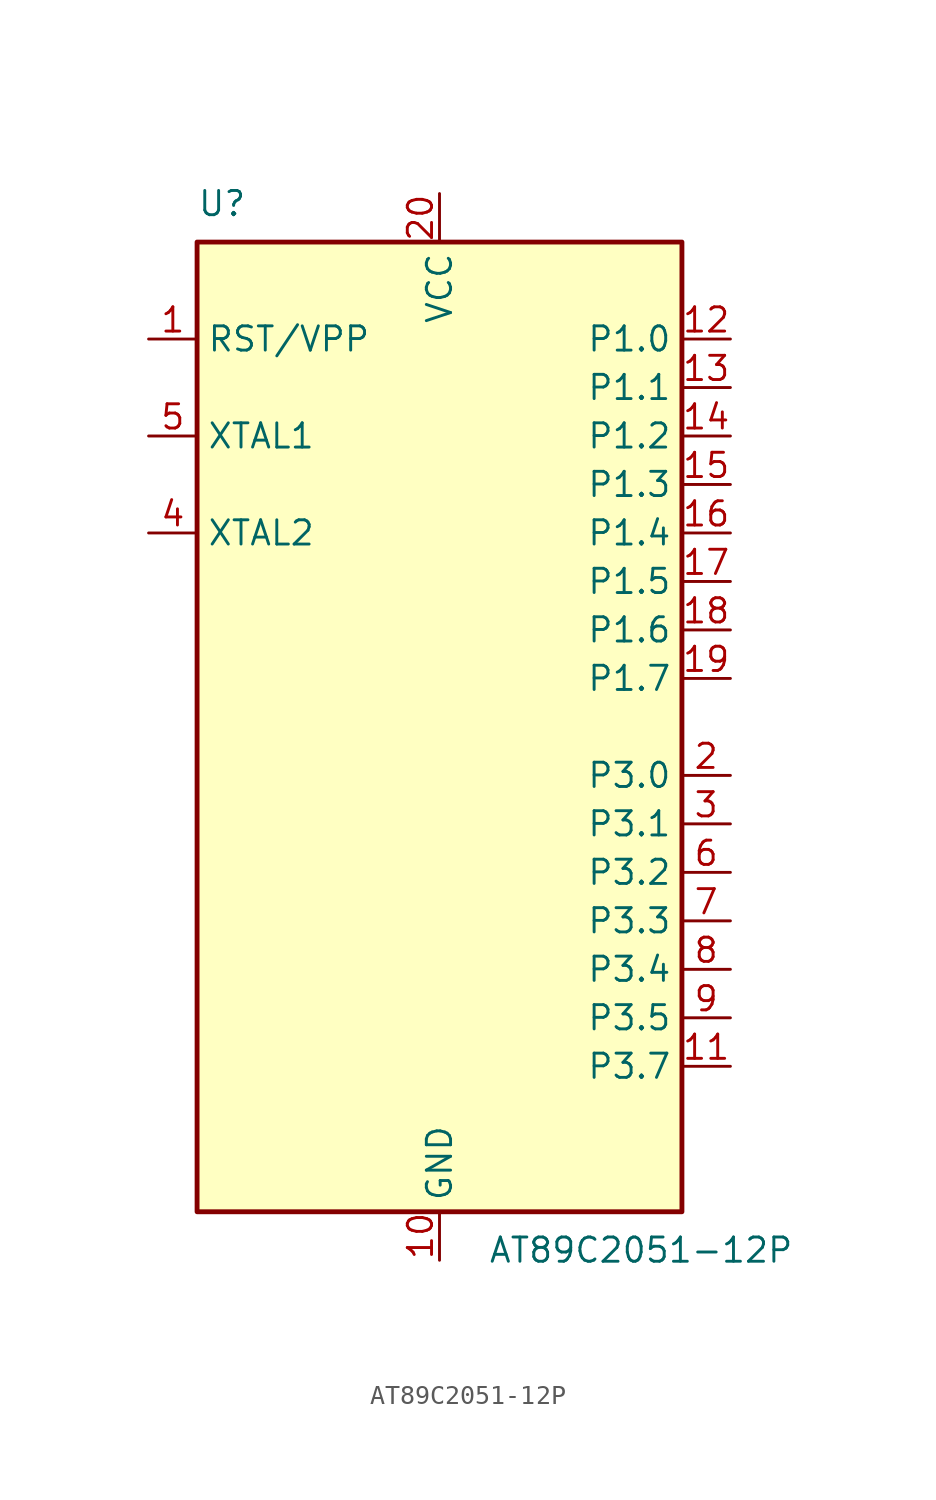
<source format=kicad_sym>
(kicad_symbol_lib
  (version 20211014)
  (generator kicad_symbol_editor)
  (symbol "AT89C2051-12P"
    (property "Reference" "U"
      (at -12.7 26.67 0)
      (effects (font (size 1.27 1.27)) (justify left bottom)))
    (property "Value" "AT89C2051-12P"
      (at 2.54 -26.67 0)
      (effects (font (size 1.27 1.27)) (justify left top)))
    (symbol "AT89C2051-12P_0_1"
      (rectangle (start -12.7 -25.4) (end 12.7 25.4) (stroke (width 0.254) (type default) (color 0 0 0 0)) (fill (type background))))
    (symbol "AT89C2051-12P_1_1"
      (pin input line (at -15.24 20.32 0) (length 2.54) (name "RST/VPP" (effects (font (size 1.27 1.27)))) (number "1" (effects (font (size 1.27 1.27)))))
      (pin power_in line (at 0 -27.94 90) (length 2.54) (name "GND" (effects (font (size 1.27 1.27)))) (number "10" (effects (font (size 1.27 1.27)))))
      (pin bidirectional line (at 15.24 -17.78 180) (length 2.54) (name "P3.7" (effects (font (size 1.27 1.27)))) (number "11" (effects (font (size 1.27 1.27)))))
      (pin bidirectional line (at 15.24 20.32 180) (length 2.54) (name "P1.0" (effects (font (size 1.27 1.27)))) (number "12" (effects (font (size 1.27 1.27)))))
      (pin bidirectional line (at 15.24 17.78 180) (length 2.54) (name "P1.1" (effects (font (size 1.27 1.27)))) (number "13" (effects (font (size 1.27 1.27)))))
      (pin bidirectional line (at 15.24 15.24 180) (length 2.54) (name "P1.2" (effects (font (size 1.27 1.27)))) (number "14" (effects (font (size 1.27 1.27)))))
      (pin bidirectional line (at 15.24 12.7 180) (length 2.54) (name "P1.3" (effects (font (size 1.27 1.27)))) (number "15" (effects (font (size 1.27 1.27)))))
      (pin bidirectional line (at 15.24 10.16 180) (length 2.54) (name "P1.4" (effects (font (size 1.27 1.27)))) (number "16" (effects (font (size 1.27 1.27)))))
      (pin bidirectional line (at 15.24 7.62 180) (length 2.54) (name "P1.5" (effects (font (size 1.27 1.27)))) (number "17" (effects (font (size 1.27 1.27)))))
      (pin bidirectional line (at 15.24 5.08 180) (length 2.54) (name "P1.6" (effects (font (size 1.27 1.27)))) (number "18" (effects (font (size 1.27 1.27)))))
      (pin bidirectional line (at 15.24 2.54 180) (length 2.54) (name "P1.7" (effects (font (size 1.27 1.27)))) (number "19" (effects (font (size 1.27 1.27)))))
      (pin bidirectional line (at 15.24 -2.54 180) (length 2.54) (name "P3.0" (effects (font (size 1.27 1.27)))) (number "2" (effects (font (size 1.27 1.27)))))
      (pin power_in line (at 0 27.94 270) (length 2.54) (name "VCC" (effects (font (size 1.27 1.27)))) (number "20" (effects (font (size 1.27 1.27)))))
      (pin bidirectional line (at 15.24 -5.08 180) (length 2.54) (name "P3.1" (effects (font (size 1.27 1.27)))) (number "3" (effects (font (size 1.27 1.27)))))
      (pin output line (at -15.24 10.16 0) (length 2.54) (name "XTAL2" (effects (font (size 1.27 1.27)))) (number "4" (effects (font (size 1.27 1.27)))))
      (pin input line (at -15.24 15.24 0) (length 2.54) (name "XTAL1" (effects (font (size 1.27 1.27)))) (number "5" (effects (font (size 1.27 1.27)))))
      (pin bidirectional line (at 15.24 -7.62 180) (length 2.54) (name "P3.2" (effects (font (size 1.27 1.27)))) (number "6" (effects (font (size 1.27 1.27)))))
      (pin bidirectional line (at 15.24 -10.16 180) (length 2.54) (name "P3.3" (effects (font (size 1.27 1.27)))) (number "7" (effects (font (size 1.27 1.27)))))
      (pin bidirectional line (at 15.24 -12.7 180) (length 2.54) (name "P3.4" (effects (font (size 1.27 1.27)))) (number "8" (effects (font (size 1.27 1.27)))))
      (pin bidirectional line (at 15.24 -15.24 180) (length 2.54) (name "P3.5" (effects (font (size 1.27 1.27)))) (number "9" (effects (font (size 1.27 1.27))))))))
</source>
